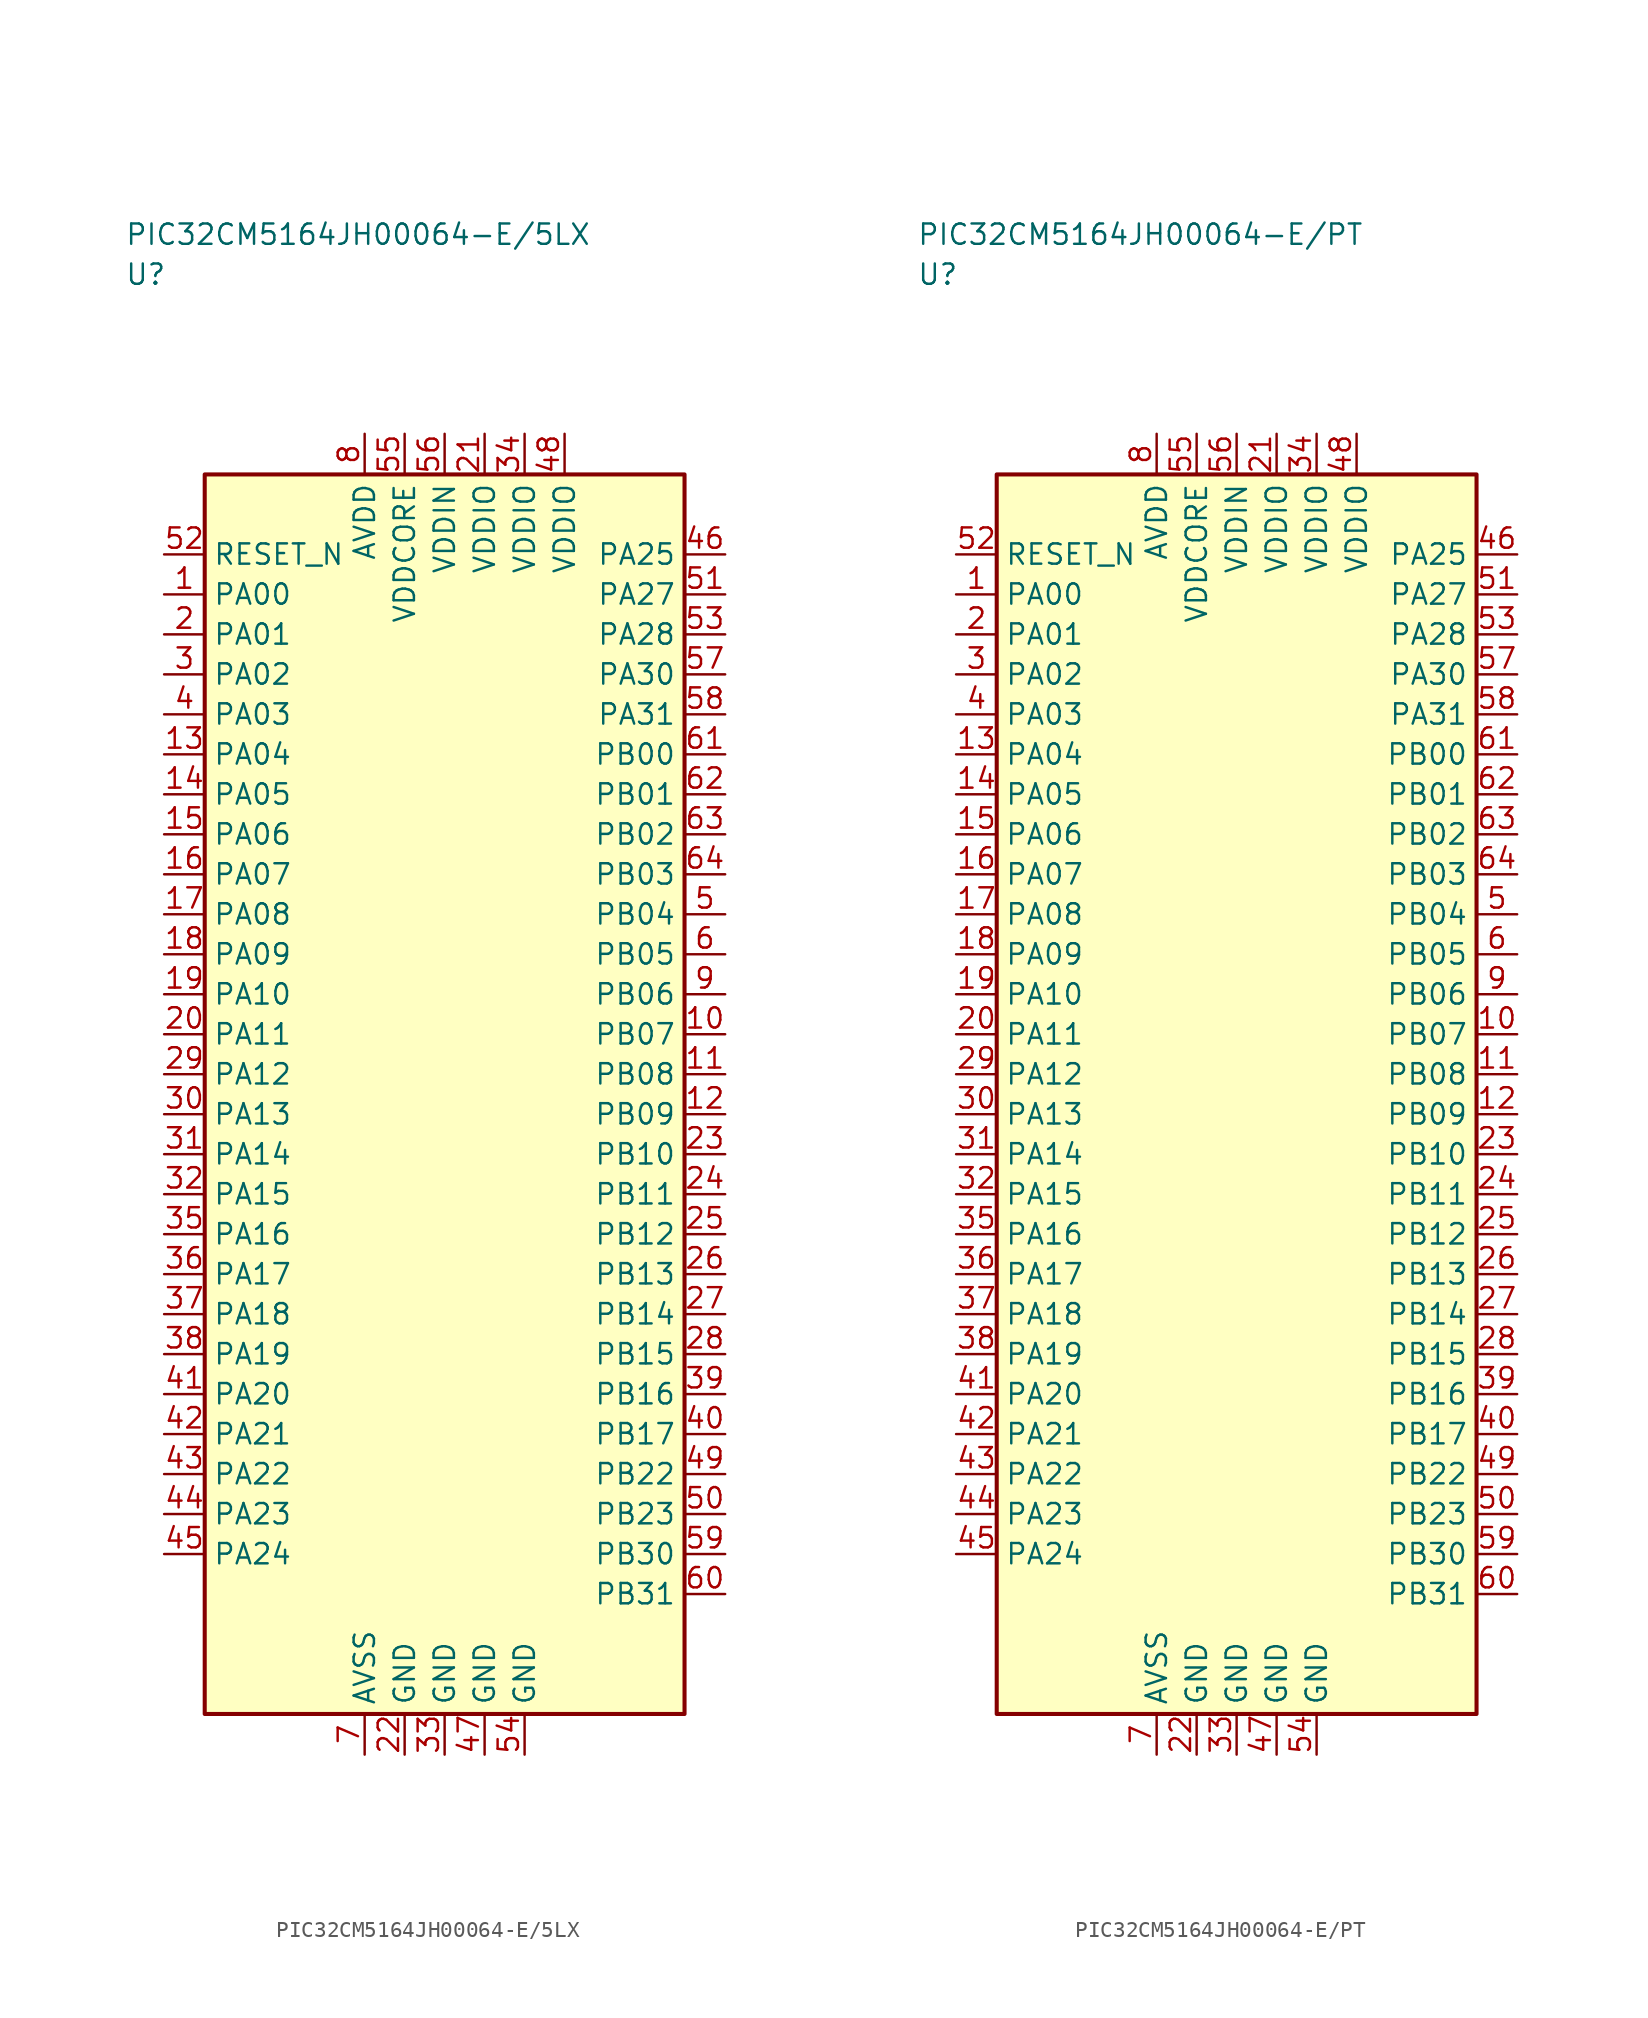
<source format=kicad_sym>
(kicad_symbol_lib
  (version 20241025)
  (generator "kicad_symbol_editor")
  (generator_version "8.0")
  (symbol "PIC32CM5164JH00064-E/5LX"
    (property "Reference" "U"
      (at -20.0 51.25 0)
      (effects (font (size 1.27 1.27)) (justify left)))
    (property "Value" "PIC32CM5164JH00064-E/5LX"
      (at -20.0 53.75 0)
      (effects (font (size 1.27 1.27)) (justify left)))
    (symbol "PIC32CM5164JH00064-E/5LX_0_1"
      (rectangle (start -15.0 38.75) (end 15.0 -38.75) (stroke (width 0.254) (type default)) (fill (type background))))
    (symbol "PIC32CM5164JH00064-E/5LX_1_1"
      (pin bidirectional line (at -17.54 31.25 0.0) (length 2.54) (name "PA00" (effects (font (size 1.27 1.27)))) (number "1" (effects (font (size 1.27 1.27)))))
      (pin bidirectional line (at -17.54 28.75 0.0) (length 2.54) (name "PA01" (effects (font (size 1.27 1.27)))) (number "2" (effects (font (size 1.27 1.27)))))
      (pin bidirectional line (at -17.54 26.25 0.0) (length 2.54) (name "PA02" (effects (font (size 1.27 1.27)))) (number "3" (effects (font (size 1.27 1.27)))))
      (pin bidirectional line (at -17.54 23.75 0.0) (length 2.54) (name "PA03" (effects (font (size 1.27 1.27)))) (number "4" (effects (font (size 1.27 1.27)))))
      (pin bidirectional line (at 17.54 11.25 180.0) (length 2.54) (name "PB04" (effects (font (size 1.27 1.27)))) (number "5" (effects (font (size 1.27 1.27)))))
      (pin bidirectional line (at 17.54 8.75 180.0) (length 2.54) (name "PB05" (effects (font (size 1.27 1.27)))) (number "6" (effects (font (size 1.27 1.27)))))
      (pin passive line (at -5.0 -41.29 90.0) (length 2.54) (name "AVSS" (effects (font (size 1.27 1.27)))) (number "7" (effects (font (size 1.27 1.27)))))
      (pin power_in line (at -5.0 41.29 270.0) (length 2.54) (name "AVDD" (effects (font (size 1.27 1.27)))) (number "8" (effects (font (size 1.27 1.27)))))
      (pin bidirectional line (at 17.54 6.25 180.0) (length 2.54) (name "PB06" (effects (font (size 1.27 1.27)))) (number "9" (effects (font (size 1.27 1.27)))))
      (pin bidirectional line (at 17.54 3.75 180.0) (length 2.54) (name "PB07" (effects (font (size 1.27 1.27)))) (number "10" (effects (font (size 1.27 1.27)))))
      (pin bidirectional line (at 17.54 1.25 180.0) (length 2.54) (name "PB08" (effects (font (size 1.27 1.27)))) (number "11" (effects (font (size 1.27 1.27)))))
      (pin bidirectional line (at 17.54 -1.25 180.0) (length 2.54) (name "PB09" (effects (font (size 1.27 1.27)))) (number "12" (effects (font (size 1.27 1.27)))))
      (pin bidirectional line (at -17.54 21.25 0.0) (length 2.54) (name "PA04" (effects (font (size 1.27 1.27)))) (number "13" (effects (font (size 1.27 1.27)))))
      (pin bidirectional line (at -17.54 18.75 0.0) (length 2.54) (name "PA05" (effects (font (size 1.27 1.27)))) (number "14" (effects (font (size 1.27 1.27)))))
      (pin bidirectional line (at -17.54 16.25 0.0) (length 2.54) (name "PA06" (effects (font (size 1.27 1.27)))) (number "15" (effects (font (size 1.27 1.27)))))
      (pin bidirectional line (at -17.54 13.75 0.0) (length 2.54) (name "PA07" (effects (font (size 1.27 1.27)))) (number "16" (effects (font (size 1.27 1.27)))))
      (pin bidirectional line (at -17.54 11.25 0.0) (length 2.54) (name "PA08" (effects (font (size 1.27 1.27)))) (number "17" (effects (font (size 1.27 1.27)))))
      (pin bidirectional line (at -17.54 8.75 0.0) (length 2.54) (name "PA09" (effects (font (size 1.27 1.27)))) (number "18" (effects (font (size 1.27 1.27)))))
      (pin bidirectional line (at -17.54 6.25 0.0) (length 2.54) (name "PA10" (effects (font (size 1.27 1.27)))) (number "19" (effects (font (size 1.27 1.27)))))
      (pin bidirectional line (at -17.54 3.75 0.0) (length 2.54) (name "PA11" (effects (font (size 1.27 1.27)))) (number "20" (effects (font (size 1.27 1.27)))))
      (pin power_in line (at 2.5 41.29 270.0) (length 2.54) (name "VDDIO" (effects (font (size 1.27 1.27)))) (number "21" (effects (font (size 1.27 1.27)))))
      (pin passive line (at -2.5 -41.29 90.0) (length 2.54) (name "GND" (effects (font (size 1.27 1.27)))) (number "22" (effects (font (size 1.27 1.27)))))
      (pin bidirectional line (at 17.54 -3.75 180.0) (length 2.54) (name "PB10" (effects (font (size 1.27 1.27)))) (number "23" (effects (font (size 1.27 1.27)))))
      (pin bidirectional line (at 17.54 -6.25 180.0) (length 2.54) (name "PB11" (effects (font (size 1.27 1.27)))) (number "24" (effects (font (size 1.27 1.27)))))
      (pin bidirectional line (at 17.54 -8.75 180.0) (length 2.54) (name "PB12" (effects (font (size 1.27 1.27)))) (number "25" (effects (font (size 1.27 1.27)))))
      (pin bidirectional line (at 17.54 -11.25 180.0) (length 2.54) (name "PB13" (effects (font (size 1.27 1.27)))) (number "26" (effects (font (size 1.27 1.27)))))
      (pin bidirectional line (at 17.54 -13.75 180.0) (length 2.54) (name "PB14" (effects (font (size 1.27 1.27)))) (number "27" (effects (font (size 1.27 1.27)))))
      (pin bidirectional line (at 17.54 -16.25 180.0) (length 2.54) (name "PB15" (effects (font (size 1.27 1.27)))) (number "28" (effects (font (size 1.27 1.27)))))
      (pin bidirectional line (at -17.54 1.25 0.0) (length 2.54) (name "PA12" (effects (font (size 1.27 1.27)))) (number "29" (effects (font (size 1.27 1.27)))))
      (pin bidirectional line (at -17.54 -1.25 0.0) (length 2.54) (name "PA13" (effects (font (size 1.27 1.27)))) (number "30" (effects (font (size 1.27 1.27)))))
      (pin bidirectional line (at -17.54 -3.75 0.0) (length 2.54) (name "PA14" (effects (font (size 1.27 1.27)))) (number "31" (effects (font (size 1.27 1.27)))))
      (pin bidirectional line (at -17.54 -6.25 0.0) (length 2.54) (name "PA15" (effects (font (size 1.27 1.27)))) (number "32" (effects (font (size 1.27 1.27)))))
      (pin passive line (at 0.0 -41.29 90.0) (length 2.54) (name "GND" (effects (font (size 1.27 1.27)))) (number "33" (effects (font (size 1.27 1.27)))))
      (pin power_in line (at 5.0 41.29 270.0) (length 2.54) (name "VDDIO" (effects (font (size 1.27 1.27)))) (number "34" (effects (font (size 1.27 1.27)))))
      (pin bidirectional line (at -17.54 -8.75 0.0) (length 2.54) (name "PA16" (effects (font (size 1.27 1.27)))) (number "35" (effects (font (size 1.27 1.27)))))
      (pin bidirectional line (at -17.54 -11.25 0.0) (length 2.54) (name "PA17" (effects (font (size 1.27 1.27)))) (number "36" (effects (font (size 1.27 1.27)))))
      (pin bidirectional line (at -17.54 -13.75 0.0) (length 2.54) (name "PA18" (effects (font (size 1.27 1.27)))) (number "37" (effects (font (size 1.27 1.27)))))
      (pin bidirectional line (at -17.54 -16.25 0.0) (length 2.54) (name "PA19" (effects (font (size 1.27 1.27)))) (number "38" (effects (font (size 1.27 1.27)))))
      (pin bidirectional line (at 17.54 -18.75 180.0) (length 2.54) (name "PB16" (effects (font (size 1.27 1.27)))) (number "39" (effects (font (size 1.27 1.27)))))
      (pin bidirectional line (at 17.54 -21.25 180.0) (length 2.54) (name "PB17" (effects (font (size 1.27 1.27)))) (number "40" (effects (font (size 1.27 1.27)))))
      (pin bidirectional line (at -17.54 -18.75 0.0) (length 2.54) (name "PA20" (effects (font (size 1.27 1.27)))) (number "41" (effects (font (size 1.27 1.27)))))
      (pin bidirectional line (at -17.54 -21.25 0.0) (length 2.54) (name "PA21" (effects (font (size 1.27 1.27)))) (number "42" (effects (font (size 1.27 1.27)))))
      (pin bidirectional line (at -17.54 -23.75 0.0) (length 2.54) (name "PA22" (effects (font (size 1.27 1.27)))) (number "43" (effects (font (size 1.27 1.27)))))
      (pin bidirectional line (at -17.54 -26.25 0.0) (length 2.54) (name "PA23" (effects (font (size 1.27 1.27)))) (number "44" (effects (font (size 1.27 1.27)))))
      (pin bidirectional line (at -17.54 -28.75 0.0) (length 2.54) (name "PA24" (effects (font (size 1.27 1.27)))) (number "45" (effects (font (size 1.27 1.27)))))
      (pin bidirectional line (at 17.54 33.75 180.0) (length 2.54) (name "PA25" (effects (font (size 1.27 1.27)))) (number "46" (effects (font (size 1.27 1.27)))))
      (pin passive line (at 2.5 -41.29 90.0) (length 2.54) (name "GND" (effects (font (size 1.27 1.27)))) (number "47" (effects (font (size 1.27 1.27)))))
      (pin power_in line (at 7.5 41.29 270.0) (length 2.54) (name "VDDIO" (effects (font (size 1.27 1.27)))) (number "48" (effects (font (size 1.27 1.27)))))
      (pin bidirectional line (at 17.54 -23.75 180.0) (length 2.54) (name "PB22" (effects (font (size 1.27 1.27)))) (number "49" (effects (font (size 1.27 1.27)))))
      (pin bidirectional line (at 17.54 -26.25 180.0) (length 2.54) (name "PB23" (effects (font (size 1.27 1.27)))) (number "50" (effects (font (size 1.27 1.27)))))
      (pin bidirectional line (at 17.54 31.25 180.0) (length 2.54) (name "PA27" (effects (font (size 1.27 1.27)))) (number "51" (effects (font (size 1.27 1.27)))))
      (pin input line (at -17.54 33.75 0.0) (length 2.54) (name "RESET_N" (effects (font (size 1.27 1.27)))) (number "52" (effects (font (size 1.27 1.27)))))
      (pin bidirectional line (at 17.54 28.75 180.0) (length 2.54) (name "PA28" (effects (font (size 1.27 1.27)))) (number "53" (effects (font (size 1.27 1.27)))))
      (pin passive line (at 5.0 -41.29 90.0) (length 2.54) (name "GND" (effects (font (size 1.27 1.27)))) (number "54" (effects (font (size 1.27 1.27)))))
      (pin power_in line (at -2.5 41.29 270.0) (length 2.54) (name "VDDCORE" (effects (font (size 1.27 1.27)))) (number "55" (effects (font (size 1.27 1.27)))))
      (pin power_in line (at 0.0 41.29 270.0) (length 2.54) (name "VDDIN" (effects (font (size 1.27 1.27)))) (number "56" (effects (font (size 1.27 1.27)))))
      (pin bidirectional line (at 17.54 26.25 180.0) (length 2.54) (name "PA30" (effects (font (size 1.27 1.27)))) (number "57" (effects (font (size 1.27 1.27)))))
      (pin bidirectional line (at 17.54 23.75 180.0) (length 2.54) (name "PA31" (effects (font (size 1.27 1.27)))) (number "58" (effects (font (size 1.27 1.27)))))
      (pin bidirectional line (at 17.54 -28.75 180.0) (length 2.54) (name "PB30" (effects (font (size 1.27 1.27)))) (number "59" (effects (font (size 1.27 1.27)))))
      (pin bidirectional line (at 17.54 -31.25 180.0) (length 2.54) (name "PB31" (effects (font (size 1.27 1.27)))) (number "60" (effects (font (size 1.27 1.27)))))
      (pin bidirectional line (at 17.54 21.25 180.0) (length 2.54) (name "PB00" (effects (font (size 1.27 1.27)))) (number "61" (effects (font (size 1.27 1.27)))))
      (pin bidirectional line (at 17.54 18.75 180.0) (length 2.54) (name "PB01" (effects (font (size 1.27 1.27)))) (number "62" (effects (font (size 1.27 1.27)))))
      (pin bidirectional line (at 17.54 16.25 180.0) (length 2.54) (name "PB02" (effects (font (size 1.27 1.27)))) (number "63" (effects (font (size 1.27 1.27)))))
      (pin bidirectional line (at 17.54 13.75 180.0) (length 2.54) (name "PB03" (effects (font (size 1.27 1.27)))) (number "64" (effects (font (size 1.27 1.27)))))))
  (symbol "PIC32CM5164JH00064-E/PT"
    (property "Reference" "U"
      (at -20.0 51.25 0)
      (effects (font (size 1.27 1.27)) (justify left)))
    (property "Value" "PIC32CM5164JH00064-E/PT"
      (at -20.0 53.75 0)
      (effects (font (size 1.27 1.27)) (justify left)))
    (symbol "PIC32CM5164JH00064-E/PT_0_1"
      (rectangle (start -15.0 38.75) (end 15.0 -38.75) (stroke (width 0.254) (type default)) (fill (type background))))
    (symbol "PIC32CM5164JH00064-E/PT_1_1"
      (pin bidirectional line (at -17.54 31.25 0.0) (length 2.54) (name "PA00" (effects (font (size 1.27 1.27)))) (number "1" (effects (font (size 1.27 1.27)))))
      (pin bidirectional line (at -17.54 28.75 0.0) (length 2.54) (name "PA01" (effects (font (size 1.27 1.27)))) (number "2" (effects (font (size 1.27 1.27)))))
      (pin bidirectional line (at -17.54 26.25 0.0) (length 2.54) (name "PA02" (effects (font (size 1.27 1.27)))) (number "3" (effects (font (size 1.27 1.27)))))
      (pin bidirectional line (at -17.54 23.75 0.0) (length 2.54) (name "PA03" (effects (font (size 1.27 1.27)))) (number "4" (effects (font (size 1.27 1.27)))))
      (pin bidirectional line (at 17.54 11.25 180.0) (length 2.54) (name "PB04" (effects (font (size 1.27 1.27)))) (number "5" (effects (font (size 1.27 1.27)))))
      (pin bidirectional line (at 17.54 8.75 180.0) (length 2.54) (name "PB05" (effects (font (size 1.27 1.27)))) (number "6" (effects (font (size 1.27 1.27)))))
      (pin passive line (at -5.0 -41.29 90.0) (length 2.54) (name "AVSS" (effects (font (size 1.27 1.27)))) (number "7" (effects (font (size 1.27 1.27)))))
      (pin power_in line (at -5.0 41.29 270.0) (length 2.54) (name "AVDD" (effects (font (size 1.27 1.27)))) (number "8" (effects (font (size 1.27 1.27)))))
      (pin bidirectional line (at 17.54 6.25 180.0) (length 2.54) (name "PB06" (effects (font (size 1.27 1.27)))) (number "9" (effects (font (size 1.27 1.27)))))
      (pin bidirectional line (at 17.54 3.75 180.0) (length 2.54) (name "PB07" (effects (font (size 1.27 1.27)))) (number "10" (effects (font (size 1.27 1.27)))))
      (pin bidirectional line (at 17.54 1.25 180.0) (length 2.54) (name "PB08" (effects (font (size 1.27 1.27)))) (number "11" (effects (font (size 1.27 1.27)))))
      (pin bidirectional line (at 17.54 -1.25 180.0) (length 2.54) (name "PB09" (effects (font (size 1.27 1.27)))) (number "12" (effects (font (size 1.27 1.27)))))
      (pin bidirectional line (at -17.54 21.25 0.0) (length 2.54) (name "PA04" (effects (font (size 1.27 1.27)))) (number "13" (effects (font (size 1.27 1.27)))))
      (pin bidirectional line (at -17.54 18.75 0.0) (length 2.54) (name "PA05" (effects (font (size 1.27 1.27)))) (number "14" (effects (font (size 1.27 1.27)))))
      (pin bidirectional line (at -17.54 16.25 0.0) (length 2.54) (name "PA06" (effects (font (size 1.27 1.27)))) (number "15" (effects (font (size 1.27 1.27)))))
      (pin bidirectional line (at -17.54 13.75 0.0) (length 2.54) (name "PA07" (effects (font (size 1.27 1.27)))) (number "16" (effects (font (size 1.27 1.27)))))
      (pin bidirectional line (at -17.54 11.25 0.0) (length 2.54) (name "PA08" (effects (font (size 1.27 1.27)))) (number "17" (effects (font (size 1.27 1.27)))))
      (pin bidirectional line (at -17.54 8.75 0.0) (length 2.54) (name "PA09" (effects (font (size 1.27 1.27)))) (number "18" (effects (font (size 1.27 1.27)))))
      (pin bidirectional line (at -17.54 6.25 0.0) (length 2.54) (name "PA10" (effects (font (size 1.27 1.27)))) (number "19" (effects (font (size 1.27 1.27)))))
      (pin bidirectional line (at -17.54 3.75 0.0) (length 2.54) (name "PA11" (effects (font (size 1.27 1.27)))) (number "20" (effects (font (size 1.27 1.27)))))
      (pin power_in line (at 2.5 41.29 270.0) (length 2.54) (name "VDDIO" (effects (font (size 1.27 1.27)))) (number "21" (effects (font (size 1.27 1.27)))))
      (pin passive line (at -2.5 -41.29 90.0) (length 2.54) (name "GND" (effects (font (size 1.27 1.27)))) (number "22" (effects (font (size 1.27 1.27)))))
      (pin bidirectional line (at 17.54 -3.75 180.0) (length 2.54) (name "PB10" (effects (font (size 1.27 1.27)))) (number "23" (effects (font (size 1.27 1.27)))))
      (pin bidirectional line (at 17.54 -6.25 180.0) (length 2.54) (name "PB11" (effects (font (size 1.27 1.27)))) (number "24" (effects (font (size 1.27 1.27)))))
      (pin bidirectional line (at 17.54 -8.75 180.0) (length 2.54) (name "PB12" (effects (font (size 1.27 1.27)))) (number "25" (effects (font (size 1.27 1.27)))))
      (pin bidirectional line (at 17.54 -11.25 180.0) (length 2.54) (name "PB13" (effects (font (size 1.27 1.27)))) (number "26" (effects (font (size 1.27 1.27)))))
      (pin bidirectional line (at 17.54 -13.75 180.0) (length 2.54) (name "PB14" (effects (font (size 1.27 1.27)))) (number "27" (effects (font (size 1.27 1.27)))))
      (pin bidirectional line (at 17.54 -16.25 180.0) (length 2.54) (name "PB15" (effects (font (size 1.27 1.27)))) (number "28" (effects (font (size 1.27 1.27)))))
      (pin bidirectional line (at -17.54 1.25 0.0) (length 2.54) (name "PA12" (effects (font (size 1.27 1.27)))) (number "29" (effects (font (size 1.27 1.27)))))
      (pin bidirectional line (at -17.54 -1.25 0.0) (length 2.54) (name "PA13" (effects (font (size 1.27 1.27)))) (number "30" (effects (font (size 1.27 1.27)))))
      (pin bidirectional line (at -17.54 -3.75 0.0) (length 2.54) (name "PA14" (effects (font (size 1.27 1.27)))) (number "31" (effects (font (size 1.27 1.27)))))
      (pin bidirectional line (at -17.54 -6.25 0.0) (length 2.54) (name "PA15" (effects (font (size 1.27 1.27)))) (number "32" (effects (font (size 1.27 1.27)))))
      (pin passive line (at 0.0 -41.29 90.0) (length 2.54) (name "GND" (effects (font (size 1.27 1.27)))) (number "33" (effects (font (size 1.27 1.27)))))
      (pin power_in line (at 5.0 41.29 270.0) (length 2.54) (name "VDDIO" (effects (font (size 1.27 1.27)))) (number "34" (effects (font (size 1.27 1.27)))))
      (pin bidirectional line (at -17.54 -8.75 0.0) (length 2.54) (name "PA16" (effects (font (size 1.27 1.27)))) (number "35" (effects (font (size 1.27 1.27)))))
      (pin bidirectional line (at -17.54 -11.25 0.0) (length 2.54) (name "PA17" (effects (font (size 1.27 1.27)))) (number "36" (effects (font (size 1.27 1.27)))))
      (pin bidirectional line (at -17.54 -13.75 0.0) (length 2.54) (name "PA18" (effects (font (size 1.27 1.27)))) (number "37" (effects (font (size 1.27 1.27)))))
      (pin bidirectional line (at -17.54 -16.25 0.0) (length 2.54) (name "PA19" (effects (font (size 1.27 1.27)))) (number "38" (effects (font (size 1.27 1.27)))))
      (pin bidirectional line (at 17.54 -18.75 180.0) (length 2.54) (name "PB16" (effects (font (size 1.27 1.27)))) (number "39" (effects (font (size 1.27 1.27)))))
      (pin bidirectional line (at 17.54 -21.25 180.0) (length 2.54) (name "PB17" (effects (font (size 1.27 1.27)))) (number "40" (effects (font (size 1.27 1.27)))))
      (pin bidirectional line (at -17.54 -18.75 0.0) (length 2.54) (name "PA20" (effects (font (size 1.27 1.27)))) (number "41" (effects (font (size 1.27 1.27)))))
      (pin bidirectional line (at -17.54 -21.25 0.0) (length 2.54) (name "PA21" (effects (font (size 1.27 1.27)))) (number "42" (effects (font (size 1.27 1.27)))))
      (pin bidirectional line (at -17.54 -23.75 0.0) (length 2.54) (name "PA22" (effects (font (size 1.27 1.27)))) (number "43" (effects (font (size 1.27 1.27)))))
      (pin bidirectional line (at -17.54 -26.25 0.0) (length 2.54) (name "PA23" (effects (font (size 1.27 1.27)))) (number "44" (effects (font (size 1.27 1.27)))))
      (pin bidirectional line (at -17.54 -28.75 0.0) (length 2.54) (name "PA24" (effects (font (size 1.27 1.27)))) (number "45" (effects (font (size 1.27 1.27)))))
      (pin bidirectional line (at 17.54 33.75 180.0) (length 2.54) (name "PA25" (effects (font (size 1.27 1.27)))) (number "46" (effects (font (size 1.27 1.27)))))
      (pin passive line (at 2.5 -41.29 90.0) (length 2.54) (name "GND" (effects (font (size 1.27 1.27)))) (number "47" (effects (font (size 1.27 1.27)))))
      (pin power_in line (at 7.5 41.29 270.0) (length 2.54) (name "VDDIO" (effects (font (size 1.27 1.27)))) (number "48" (effects (font (size 1.27 1.27)))))
      (pin bidirectional line (at 17.54 -23.75 180.0) (length 2.54) (name "PB22" (effects (font (size 1.27 1.27)))) (number "49" (effects (font (size 1.27 1.27)))))
      (pin bidirectional line (at 17.54 -26.25 180.0) (length 2.54) (name "PB23" (effects (font (size 1.27 1.27)))) (number "50" (effects (font (size 1.27 1.27)))))
      (pin bidirectional line (at 17.54 31.25 180.0) (length 2.54) (name "PA27" (effects (font (size 1.27 1.27)))) (number "51" (effects (font (size 1.27 1.27)))))
      (pin input line (at -17.54 33.75 0.0) (length 2.54) (name "RESET_N" (effects (font (size 1.27 1.27)))) (number "52" (effects (font (size 1.27 1.27)))))
      (pin bidirectional line (at 17.54 28.75 180.0) (length 2.54) (name "PA28" (effects (font (size 1.27 1.27)))) (number "53" (effects (font (size 1.27 1.27)))))
      (pin passive line (at 5.0 -41.29 90.0) (length 2.54) (name "GND" (effects (font (size 1.27 1.27)))) (number "54" (effects (font (size 1.27 1.27)))))
      (pin power_in line (at -2.5 41.29 270.0) (length 2.54) (name "VDDCORE" (effects (font (size 1.27 1.27)))) (number "55" (effects (font (size 1.27 1.27)))))
      (pin power_in line (at 0.0 41.29 270.0) (length 2.54) (name "VDDIN" (effects (font (size 1.27 1.27)))) (number "56" (effects (font (size 1.27 1.27)))))
      (pin bidirectional line (at 17.54 26.25 180.0) (length 2.54) (name "PA30" (effects (font (size 1.27 1.27)))) (number "57" (effects (font (size 1.27 1.27)))))
      (pin bidirectional line (at 17.54 23.75 180.0) (length 2.54) (name "PA31" (effects (font (size 1.27 1.27)))) (number "58" (effects (font (size 1.27 1.27)))))
      (pin bidirectional line (at 17.54 -28.75 180.0) (length 2.54) (name "PB30" (effects (font (size 1.27 1.27)))) (number "59" (effects (font (size 1.27 1.27)))))
      (pin bidirectional line (at 17.54 -31.25 180.0) (length 2.54) (name "PB31" (effects (font (size 1.27 1.27)))) (number "60" (effects (font (size 1.27 1.27)))))
      (pin bidirectional line (at 17.54 21.25 180.0) (length 2.54) (name "PB00" (effects (font (size 1.27 1.27)))) (number "61" (effects (font (size 1.27 1.27)))))
      (pin bidirectional line (at 17.54 18.75 180.0) (length 2.54) (name "PB01" (effects (font (size 1.27 1.27)))) (number "62" (effects (font (size 1.27 1.27)))))
      (pin bidirectional line (at 17.54 16.25 180.0) (length 2.54) (name "PB02" (effects (font (size 1.27 1.27)))) (number "63" (effects (font (size 1.27 1.27)))))
      (pin bidirectional line (at 17.54 13.75 180.0) (length 2.54) (name "PB03" (effects (font (size 1.27 1.27)))) (number "64" (effects (font (size 1.27 1.27))))))))
</source>
